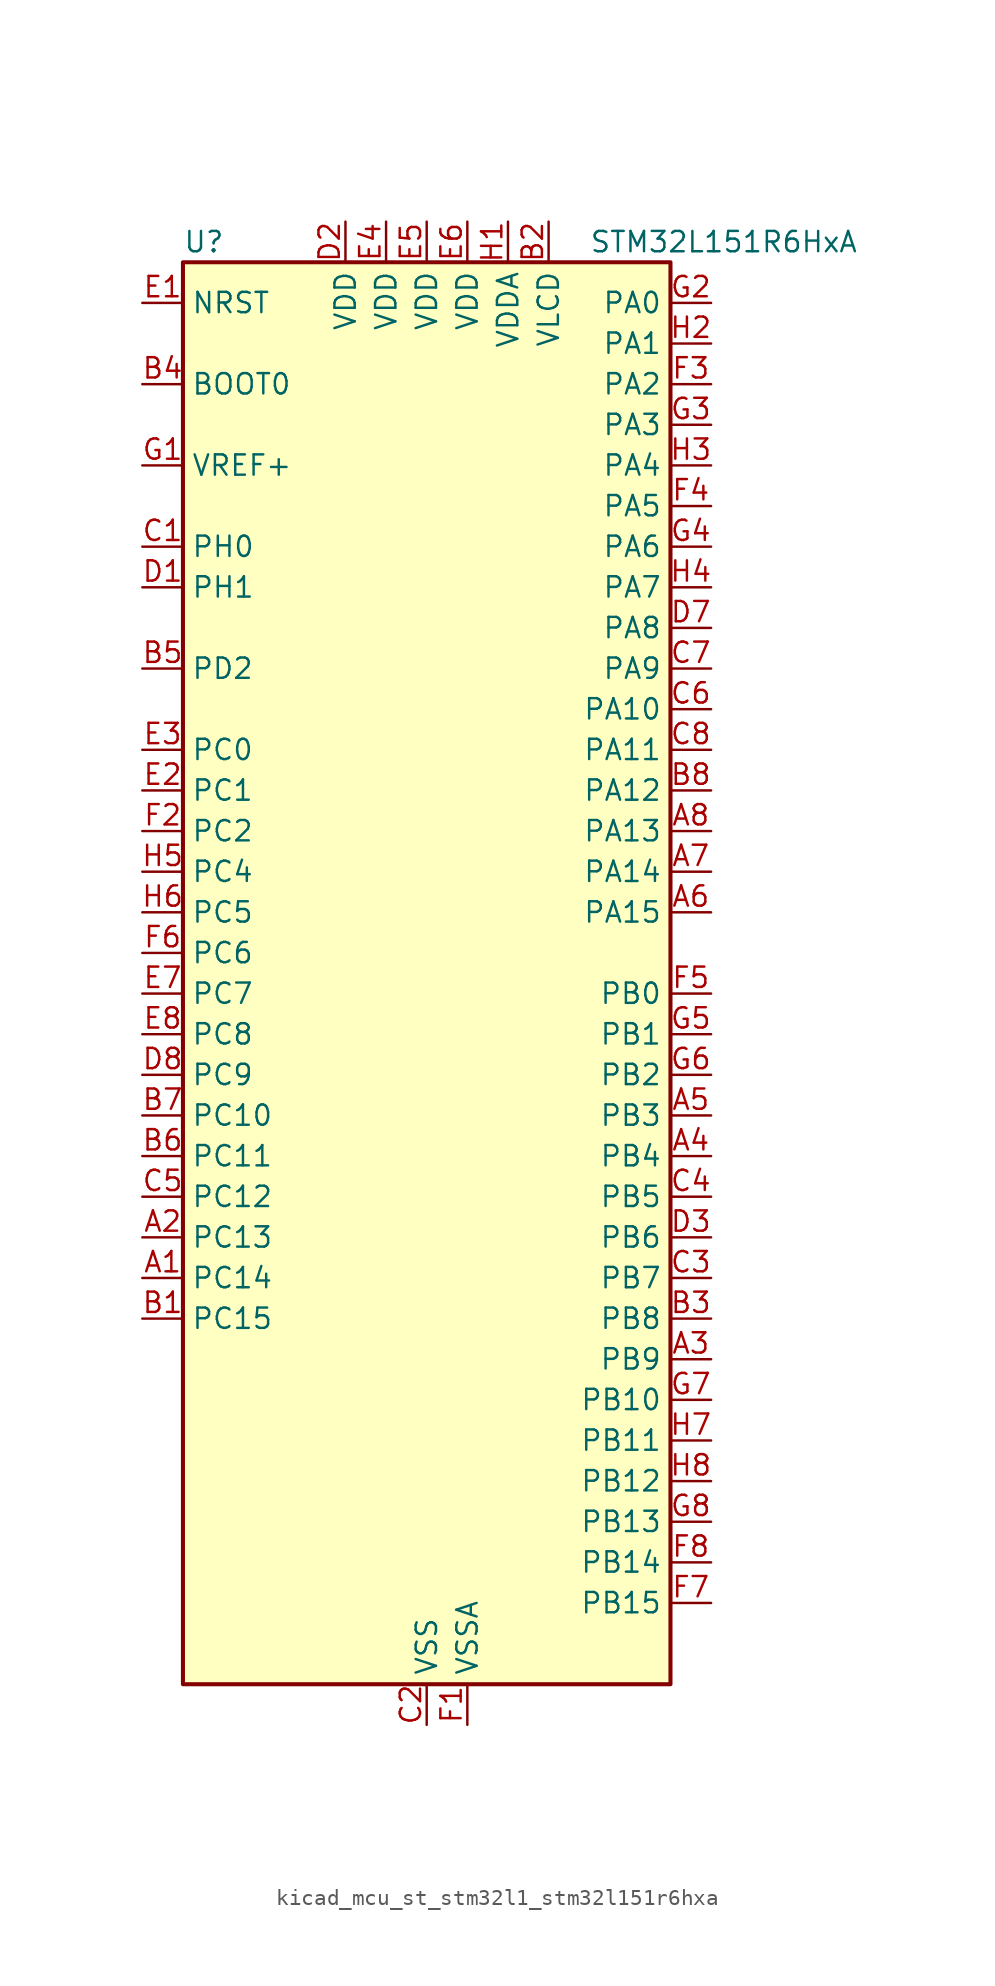
<source format=kicad_sym>
(kicad_symbol_lib
  (version 20220914)
  (generator kicad_symbol_editor)
  (symbol "kicad_mcu_st_stm32l1_stm32l151r6hxa"
    (property "Reference" "U"
      (at -15.24 46.99 0)
      (effects (font (size 1.27 1.27)) (justify left)))
    (property "Value" "STM32L151R6HxA"
      (at 10.16 46.99 0)
      (effects (font (size 1.27 1.27)) (justify left)))
    (property "ki_locked" ""
      (at 0 0 0)
      (effects (font (size 1.27 1.27))))
    (symbol "kicad_mcu_st_stm32l1_stm32l151r6hxa_0_1"
      (rectangle (start -15.24 -43.18) (end 15.24 45.72) (stroke (width 0.254) (type default)) (fill (type background))))
    (symbol "kicad_mcu_st_stm32l1_stm32l151r6hxa_1_1"
      (pin bidirectional line (at -17.78 -17.78 0) (length 2.54) (name "PC14" (effects (font (size 1.27 1.27)))) (number "A1" (effects (font (size 1.27 1.27)))) (alternate "RCC_OSC32_IN" bidirectional line) (alternate "TIMX_IC3" bidirectional line))
      (pin bidirectional line (at -17.78 -15.24 0) (length 2.54) (name "PC13" (effects (font (size 1.27 1.27)))) (number "A2" (effects (font (size 1.27 1.27)))) (alternate "RTC_OUT_ALARM" bidirectional line) (alternate "RTC_OUT_CALIB" bidirectional line) (alternate "RTC_TAMP1" bidirectional line) (alternate "RTC_TS" bidirectional line) (alternate "SYS_WKUP2" bidirectional line) (alternate "TIMX_IC2" bidirectional line))
      (pin bidirectional line (at 17.78 -22.86 180) (length 2.54) (name "PB9" (effects (font (size 1.27 1.27)))) (number "A3" (effects (font (size 1.27 1.27)))) (alternate "DAC_EXTI9" bidirectional line) (alternate "I2C1_SDA" bidirectional line) (alternate "TIM11_CH1" bidirectional line) (alternate "TIM4_CH4" bidirectional line))
      (pin bidirectional line (at 17.78 -10.16 180) (length 2.54) (name "PB4" (effects (font (size 1.27 1.27)))) (number "A4" (effects (font (size 1.27 1.27)))) (alternate "COMP2_INP" bidirectional line) (alternate "SPI1_MISO" bidirectional line) (alternate "SYS_JTRST" bidirectional line) (alternate "TIM3_CH1" bidirectional line) (alternate "TS_G6_IO1" bidirectional line))
      (pin bidirectional line (at 17.78 -7.62 180) (length 2.54) (name "PB3" (effects (font (size 1.27 1.27)))) (number "A5" (effects (font (size 1.27 1.27)))) (alternate "COMP2_INM" bidirectional line) (alternate "SPI1_SCK" bidirectional line) (alternate "SYS_JTDO-TRACESWO" bidirectional line) (alternate "TIM2_CH2" bidirectional line))
      (pin bidirectional line (at 17.78 5.08 180) (length 2.54) (name "PA15" (effects (font (size 1.27 1.27)))) (number "A6" (effects (font (size 1.27 1.27)))) (alternate "ADC_EXTI15" bidirectional line) (alternate "SPI1_NSS" bidirectional line) (alternate "SYS_JTDI" bidirectional line) (alternate "TIM2_CH1" bidirectional line) (alternate "TIM2_ETR" bidirectional line) (alternate "TIMX_IC4" bidirectional line) (alternate "TS_G5_IO3" bidirectional line))
      (pin bidirectional line (at 17.78 7.62 180) (length 2.54) (name "PA14" (effects (font (size 1.27 1.27)))) (number "A7" (effects (font (size 1.27 1.27)))) (alternate "SYS_JTCK-SWCLK" bidirectional line) (alternate "TIMX_IC3" bidirectional line) (alternate "TS_G5_IO2" bidirectional line))
      (pin bidirectional line (at 17.78 10.16 180) (length 2.54) (name "PA13" (effects (font (size 1.27 1.27)))) (number "A8" (effects (font (size 1.27 1.27)))) (alternate "SYS_JTMS-SWDIO" bidirectional line) (alternate "TIMX_IC2" bidirectional line) (alternate "TS_G5_IO1" bidirectional line))
      (pin bidirectional line (at -17.78 -20.32 0) (length 2.54) (name "PC15" (effects (font (size 1.27 1.27)))) (number "B1" (effects (font (size 1.27 1.27)))) (alternate "ADC_EXTI15" bidirectional line) (alternate "RCC_OSC32_OUT" bidirectional line) (alternate "TIMX_IC4" bidirectional line))
      (pin power_in line (at 7.62 48.26 270) (length 2.54) (name "VLCD" (effects (font (size 1.27 1.27)))) (number "B2" (effects (font (size 1.27 1.27)))))
      (pin bidirectional line (at 17.78 -20.32 180) (length 2.54) (name "PB8" (effects (font (size 1.27 1.27)))) (number "B3" (effects (font (size 1.27 1.27)))) (alternate "I2C1_SCL" bidirectional line) (alternate "TIM10_CH1" bidirectional line) (alternate "TIM4_CH3" bidirectional line))
      (pin input line (at -17.78 38.1 0) (length 2.54) (name "BOOT0" (effects (font (size 1.27 1.27)))) (number "B4" (effects (font (size 1.27 1.27)))))
      (pin bidirectional line (at -17.78 20.32 0) (length 2.54) (name "PD2" (effects (font (size 1.27 1.27)))) (number "B5" (effects (font (size 1.27 1.27)))) (alternate "TIM3_ETR" bidirectional line) (alternate "TIMX_IC3" bidirectional line))
      (pin bidirectional line (at -17.78 -10.16 0) (length 2.54) (name "PC11" (effects (font (size 1.27 1.27)))) (number "B6" (effects (font (size 1.27 1.27)))) (alternate "ADC_EXTI11" bidirectional line) (alternate "TIMX_IC4" bidirectional line) (alternate "USART3_RX" bidirectional line))
      (pin bidirectional line (at -17.78 -7.62 0) (length 2.54) (name "PC10" (effects (font (size 1.27 1.27)))) (number "B7" (effects (font (size 1.27 1.27)))) (alternate "TIMX_IC3" bidirectional line) (alternate "USART3_TX" bidirectional line))
      (pin bidirectional line (at 17.78 12.7 180) (length 2.54) (name "PA12" (effects (font (size 1.27 1.27)))) (number "B8" (effects (font (size 1.27 1.27)))) (alternate "SPI1_MOSI" bidirectional line) (alternate "TIMX_IC1" bidirectional line) (alternate "USART1_RTS" bidirectional line) (alternate "USB_DP" bidirectional line))
      (pin bidirectional line (at -17.78 27.94 0) (length 2.54) (name "PH0" (effects (font (size 1.27 1.27)))) (number "C1" (effects (font (size 1.27 1.27)))) (alternate "RCC_OSC_IN" bidirectional line))
      (pin power_in line (at 0 -45.72 90) (length 2.54) (name "VSS" (effects (font (size 1.27 1.27)))) (number "C2" (effects (font (size 1.27 1.27)))))
      (pin bidirectional line (at 17.78 -17.78 180) (length 2.54) (name "PB7" (effects (font (size 1.27 1.27)))) (number "C3" (effects (font (size 1.27 1.27)))) (alternate "I2C1_SDA" bidirectional line) (alternate "SYS_PVD_IN" bidirectional line) (alternate "TIM4_CH2" bidirectional line) (alternate "TS_G6_IO4" bidirectional line) (alternate "USART1_RX" bidirectional line))
      (pin bidirectional line (at 17.78 -12.7 180) (length 2.54) (name "PB5" (effects (font (size 1.27 1.27)))) (number "C4" (effects (font (size 1.27 1.27)))) (alternate "COMP2_INP" bidirectional line) (alternate "I2C1_SMBA" bidirectional line) (alternate "SPI1_MOSI" bidirectional line) (alternate "TIM3_CH2" bidirectional line) (alternate "TS_G6_IO2" bidirectional line))
      (pin bidirectional line (at -17.78 -12.7 0) (length 2.54) (name "PC12" (effects (font (size 1.27 1.27)))) (number "C5" (effects (font (size 1.27 1.27)))) (alternate "TIMX_IC1" bidirectional line) (alternate "USART3_CK" bidirectional line))
      (pin bidirectional line (at 17.78 17.78 180) (length 2.54) (name "PA10" (effects (font (size 1.27 1.27)))) (number "C6" (effects (font (size 1.27 1.27)))) (alternate "TIMX_IC3" bidirectional line) (alternate "TS_G4_IO3" bidirectional line) (alternate "USART1_RX" bidirectional line))
      (pin bidirectional line (at 17.78 20.32 180) (length 2.54) (name "PA9" (effects (font (size 1.27 1.27)))) (number "C7" (effects (font (size 1.27 1.27)))) (alternate "DAC_EXTI9" bidirectional line) (alternate "TIMX_IC2" bidirectional line) (alternate "TS_G4_IO2" bidirectional line) (alternate "USART1_TX" bidirectional line))
      (pin bidirectional line (at 17.78 15.24 180) (length 2.54) (name "PA11" (effects (font (size 1.27 1.27)))) (number "C8" (effects (font (size 1.27 1.27)))) (alternate "ADC_EXTI11" bidirectional line) (alternate "SPI1_MISO" bidirectional line) (alternate "TIMX_IC4" bidirectional line) (alternate "USART1_CTS" bidirectional line) (alternate "USB_DM" bidirectional line))
      (pin bidirectional line (at -17.78 25.4 0) (length 2.54) (name "PH1" (effects (font (size 1.27 1.27)))) (number "D1" (effects (font (size 1.27 1.27)))) (alternate "RCC_OSC_OUT" bidirectional line))
      (pin power_in line (at -5.08 48.26 270) (length 2.54) (name "VDD" (effects (font (size 1.27 1.27)))) (number "D2" (effects (font (size 1.27 1.27)))))
      (pin bidirectional line (at 17.78 -15.24 180) (length 2.54) (name "PB6" (effects (font (size 1.27 1.27)))) (number "D3" (effects (font (size 1.27 1.27)))) (alternate "I2C1_SCL" bidirectional line) (alternate "TIM4_CH1" bidirectional line) (alternate "TS_G6_IO3" bidirectional line) (alternate "USART1_TX" bidirectional line))
      (pin passive line (at 0 -45.72 90) (length 2.54) hide (name "VSS" (effects (font (size 1.27 1.27)))) (number "D4" (effects (font (size 1.27 1.27)))))
      (pin passive line (at 0 -45.72 90) (length 2.54) hide (name "VSS" (effects (font (size 1.27 1.27)))) (number "D5" (effects (font (size 1.27 1.27)))))
      (pin passive line (at 0 -45.72 90) (length 2.54) hide (name "VSS" (effects (font (size 1.27 1.27)))) (number "D6" (effects (font (size 1.27 1.27)))))
      (pin bidirectional line (at 17.78 22.86 180) (length 2.54) (name "PA8" (effects (font (size 1.27 1.27)))) (number "D7" (effects (font (size 1.27 1.27)))) (alternate "RCC_MCO" bidirectional line) (alternate "TIMX_IC1" bidirectional line) (alternate "TS_G4_IO1" bidirectional line) (alternate "USART1_CK" bidirectional line))
      (pin bidirectional line (at -17.78 -5.08 0) (length 2.54) (name "PC9" (effects (font (size 1.27 1.27)))) (number "D8" (effects (font (size 1.27 1.27)))) (alternate "DAC_EXTI9" bidirectional line) (alternate "TIM3_CH4" bidirectional line) (alternate "TIMX_IC2" bidirectional line) (alternate "TS_G10_IO4" bidirectional line))
      (pin input line (at -17.78 43.18 0) (length 2.54) (name "NRST" (effects (font (size 1.27 1.27)))) (number "E1" (effects (font (size 1.27 1.27)))))
      (pin bidirectional line (at -17.78 12.7 0) (length 2.54) (name "PC1" (effects (font (size 1.27 1.27)))) (number "E2" (effects (font (size 1.27 1.27)))) (alternate "ADC_IN11" bidirectional line) (alternate "COMP1_INP" bidirectional line) (alternate "TIMX_IC2" bidirectional line) (alternate "TS_G8_IO2" bidirectional line))
      (pin bidirectional line (at -17.78 15.24 0) (length 2.54) (name "PC0" (effects (font (size 1.27 1.27)))) (number "E3" (effects (font (size 1.27 1.27)))) (alternate "ADC_IN10" bidirectional line) (alternate "COMP1_INP" bidirectional line) (alternate "TIMX_IC1" bidirectional line) (alternate "TS_G8_IO1" bidirectional line))
      (pin power_in line (at -2.54 48.26 270) (length 2.54) (name "VDD" (effects (font (size 1.27 1.27)))) (number "E4" (effects (font (size 1.27 1.27)))))
      (pin power_in line (at 0 48.26 270) (length 2.54) (name "VDD" (effects (font (size 1.27 1.27)))) (number "E5" (effects (font (size 1.27 1.27)))))
      (pin power_in line (at 2.54 48.26 270) (length 2.54) (name "VDD" (effects (font (size 1.27 1.27)))) (number "E6" (effects (font (size 1.27 1.27)))))
      (pin bidirectional line (at -17.78 0 0) (length 2.54) (name "PC7" (effects (font (size 1.27 1.27)))) (number "E7" (effects (font (size 1.27 1.27)))) (alternate "TIM3_CH2" bidirectional line) (alternate "TIMX_IC4" bidirectional line) (alternate "TS_G10_IO2" bidirectional line))
      (pin bidirectional line (at -17.78 -2.54 0) (length 2.54) (name "PC8" (effects (font (size 1.27 1.27)))) (number "E8" (effects (font (size 1.27 1.27)))) (alternate "TIM3_CH3" bidirectional line) (alternate "TIMX_IC1" bidirectional line) (alternate "TS_G10_IO3" bidirectional line))
      (pin power_in line (at 2.54 -45.72 90) (length 2.54) (name "VSSA" (effects (font (size 1.27 1.27)))) (number "F1" (effects (font (size 1.27 1.27)))))
      (pin bidirectional line (at -17.78 10.16 0) (length 2.54) (name "PC2" (effects (font (size 1.27 1.27)))) (number "F2" (effects (font (size 1.27 1.27)))) (alternate "ADC_IN12" bidirectional line) (alternate "COMP1_INP" bidirectional line) (alternate "TIMX_IC3" bidirectional line) (alternate "TS_G8_IO3" bidirectional line))
      (pin bidirectional line (at 17.78 38.1 180) (length 2.54) (name "PA2" (effects (font (size 1.27 1.27)))) (number "F3" (effects (font (size 1.27 1.27)))) (alternate "ADC_IN2" bidirectional line) (alternate "COMP1_INP" bidirectional line) (alternate "TIM2_CH3" bidirectional line) (alternate "TIM9_CH1" bidirectional line) (alternate "TIMX_IC3" bidirectional line) (alternate "TS_G1_IO3" bidirectional line) (alternate "USART2_TX" bidirectional line))
      (pin bidirectional line (at 17.78 30.48 180) (length 2.54) (name "PA5" (effects (font (size 1.27 1.27)))) (number "F4" (effects (font (size 1.27 1.27)))) (alternate "ADC_IN5" bidirectional line) (alternate "COMP1_INP" bidirectional line) (alternate "DAC_OUT2" bidirectional line) (alternate "SPI1_SCK" bidirectional line) (alternate "TIM2_CH1" bidirectional line) (alternate "TIM2_ETR" bidirectional line) (alternate "TIMX_IC2" bidirectional line))
      (pin bidirectional line (at 17.78 0 180) (length 2.54) (name "PB0" (effects (font (size 1.27 1.27)))) (number "F5" (effects (font (size 1.27 1.27)))) (alternate "ADC_IN8" bidirectional line) (alternate "COMP1_INP" bidirectional line) (alternate "SYS_V_REF_OUT" bidirectional line) (alternate "TIM3_CH3" bidirectional line) (alternate "TS_G3_IO1" bidirectional line))
      (pin bidirectional line (at -17.78 2.54 0) (length 2.54) (name "PC6" (effects (font (size 1.27 1.27)))) (number "F6" (effects (font (size 1.27 1.27)))) (alternate "TIM3_CH1" bidirectional line) (alternate "TIMX_IC3" bidirectional line) (alternate "TS_G10_IO1" bidirectional line))
      (pin bidirectional line (at 17.78 -38.1 180) (length 2.54) (name "PB15" (effects (font (size 1.27 1.27)))) (number "F7" (effects (font (size 1.27 1.27)))) (alternate "ADC_EXTI15" bidirectional line) (alternate "ADC_IN21" bidirectional line) (alternate "COMP1_INP" bidirectional line) (alternate "RTC_REFIN" bidirectional line) (alternate "SPI2_MOSI" bidirectional line) (alternate "TIM11_CH1" bidirectional line) (alternate "TS_G7_IO4" bidirectional line))
      (pin bidirectional line (at 17.78 -35.56 180) (length 2.54) (name "PB14" (effects (font (size 1.27 1.27)))) (number "F8" (effects (font (size 1.27 1.27)))) (alternate "ADC_IN20" bidirectional line) (alternate "COMP1_INP" bidirectional line) (alternate "SPI2_MISO" bidirectional line) (alternate "TIM9_CH2" bidirectional line) (alternate "TS_G7_IO3" bidirectional line) (alternate "USART3_RTS" bidirectional line))
      (pin input line (at -17.78 33.02 0) (length 2.54) (name "VREF+" (effects (font (size 1.27 1.27)))) (number "G1" (effects (font (size 1.27 1.27)))))
      (pin bidirectional line (at 17.78 43.18 180) (length 2.54) (name "PA0" (effects (font (size 1.27 1.27)))) (number "G2" (effects (font (size 1.27 1.27)))) (alternate "ADC_IN0" bidirectional line) (alternate "COMP1_INP" bidirectional line) (alternate "RTC_TAMP2" bidirectional line) (alternate "SYS_WKUP1" bidirectional line) (alternate "TIM2_CH1" bidirectional line) (alternate "TIM2_ETR" bidirectional line) (alternate "TIMX_IC1" bidirectional line) (alternate "TS_G1_IO1" bidirectional line) (alternate "USART2_CTS" bidirectional line))
      (pin bidirectional line (at 17.78 35.56 180) (length 2.54) (name "PA3" (effects (font (size 1.27 1.27)))) (number "G3" (effects (font (size 1.27 1.27)))) (alternate "ADC_IN3" bidirectional line) (alternate "COMP1_INP" bidirectional line) (alternate "TIM2_CH4" bidirectional line) (alternate "TIM9_CH2" bidirectional line) (alternate "TIMX_IC4" bidirectional line) (alternate "TS_G1_IO4" bidirectional line) (alternate "USART2_RX" bidirectional line))
      (pin bidirectional line (at 17.78 27.94 180) (length 2.54) (name "PA6" (effects (font (size 1.27 1.27)))) (number "G4" (effects (font (size 1.27 1.27)))) (alternate "ADC_IN6" bidirectional line) (alternate "COMP1_INP" bidirectional line) (alternate "SPI1_MISO" bidirectional line) (alternate "TIM10_CH1" bidirectional line) (alternate "TIM3_CH1" bidirectional line) (alternate "TIMX_IC3" bidirectional line) (alternate "TS_G2_IO1" bidirectional line))
      (pin bidirectional line (at 17.78 -2.54 180) (length 2.54) (name "PB1" (effects (font (size 1.27 1.27)))) (number "G5" (effects (font (size 1.27 1.27)))) (alternate "ADC_IN9" bidirectional line) (alternate "COMP1_INP" bidirectional line) (alternate "SYS_V_REF_OUT" bidirectional line) (alternate "TIM3_CH4" bidirectional line) (alternate "TS_G3_IO2" bidirectional line))
      (pin bidirectional line (at 17.78 -5.08 180) (length 2.54) (name "PB2" (effects (font (size 1.27 1.27)))) (number "G6" (effects (font (size 1.27 1.27)))) (alternate "TS_G3_IO3" bidirectional line))
      (pin bidirectional line (at 17.78 -25.4 180) (length 2.54) (name "PB10" (effects (font (size 1.27 1.27)))) (number "G7" (effects (font (size 1.27 1.27)))) (alternate "I2C2_SCL" bidirectional line) (alternate "TIM2_CH3" bidirectional line) (alternate "USART3_TX" bidirectional line))
      (pin bidirectional line (at 17.78 -33.02 180) (length 2.54) (name "PB13" (effects (font (size 1.27 1.27)))) (number "G8" (effects (font (size 1.27 1.27)))) (alternate "ADC_IN19" bidirectional line) (alternate "COMP1_INP" bidirectional line) (alternate "SPI2_SCK" bidirectional line) (alternate "TIM9_CH1" bidirectional line) (alternate "TS_G7_IO2" bidirectional line) (alternate "USART3_CTS" bidirectional line))
      (pin power_in line (at 5.08 48.26 270) (length 2.54) (name "VDDA" (effects (font (size 1.27 1.27)))) (number "H1" (effects (font (size 1.27 1.27)))))
      (pin bidirectional line (at 17.78 40.64 180) (length 2.54) (name "PA1" (effects (font (size 1.27 1.27)))) (number "H2" (effects (font (size 1.27 1.27)))) (alternate "ADC_IN1" bidirectional line) (alternate "COMP1_INP" bidirectional line) (alternate "TIM2_CH2" bidirectional line) (alternate "TIMX_IC2" bidirectional line) (alternate "TS_G1_IO2" bidirectional line) (alternate "USART2_RTS" bidirectional line))
      (pin bidirectional line (at 17.78 33.02 180) (length 2.54) (name "PA4" (effects (font (size 1.27 1.27)))) (number "H3" (effects (font (size 1.27 1.27)))) (alternate "ADC_IN4" bidirectional line) (alternate "COMP1_INP" bidirectional line) (alternate "DAC_OUT1" bidirectional line) (alternate "SPI1_NSS" bidirectional line) (alternate "TIMX_IC1" bidirectional line) (alternate "USART2_CK" bidirectional line))
      (pin bidirectional line (at 17.78 25.4 180) (length 2.54) (name "PA7" (effects (font (size 1.27 1.27)))) (number "H4" (effects (font (size 1.27 1.27)))) (alternate "ADC_IN7" bidirectional line) (alternate "COMP1_INP" bidirectional line) (alternate "SPI1_MOSI" bidirectional line) (alternate "TIM11_CH1" bidirectional line) (alternate "TIM3_CH2" bidirectional line) (alternate "TIMX_IC4" bidirectional line) (alternate "TS_G2_IO2" bidirectional line))
      (pin bidirectional line (at -17.78 7.62 0) (length 2.54) (name "PC4" (effects (font (size 1.27 1.27)))) (number "H5" (effects (font (size 1.27 1.27)))) (alternate "ADC_IN14" bidirectional line) (alternate "COMP1_INP" bidirectional line) (alternate "TIMX_IC1" bidirectional line) (alternate "TS_G9_IO1" bidirectional line))
      (pin bidirectional line (at -17.78 5.08 0) (length 2.54) (name "PC5" (effects (font (size 1.27 1.27)))) (number "H6" (effects (font (size 1.27 1.27)))) (alternate "ADC_IN15" bidirectional line) (alternate "COMP1_INP" bidirectional line) (alternate "TIMX_IC2" bidirectional line) (alternate "TS_G9_IO2" bidirectional line))
      (pin bidirectional line (at 17.78 -27.94 180) (length 2.54) (name "PB11" (effects (font (size 1.27 1.27)))) (number "H7" (effects (font (size 1.27 1.27)))) (alternate "ADC_EXTI11" bidirectional line) (alternate "I2C2_SDA" bidirectional line) (alternate "TIM2_CH4" bidirectional line) (alternate "USART3_RX" bidirectional line))
      (pin bidirectional line (at 17.78 -30.48 180) (length 2.54) (name "PB12" (effects (font (size 1.27 1.27)))) (number "H8" (effects (font (size 1.27 1.27)))) (alternate "ADC_IN18" bidirectional line) (alternate "COMP1_INP" bidirectional line) (alternate "I2C2_SMBA" bidirectional line) (alternate "SPI2_NSS" bidirectional line) (alternate "TIM10_CH1" bidirectional line) (alternate "TS_G7_IO1" bidirectional line) (alternate "USART3_CK" bidirectional line)))))
</source>
